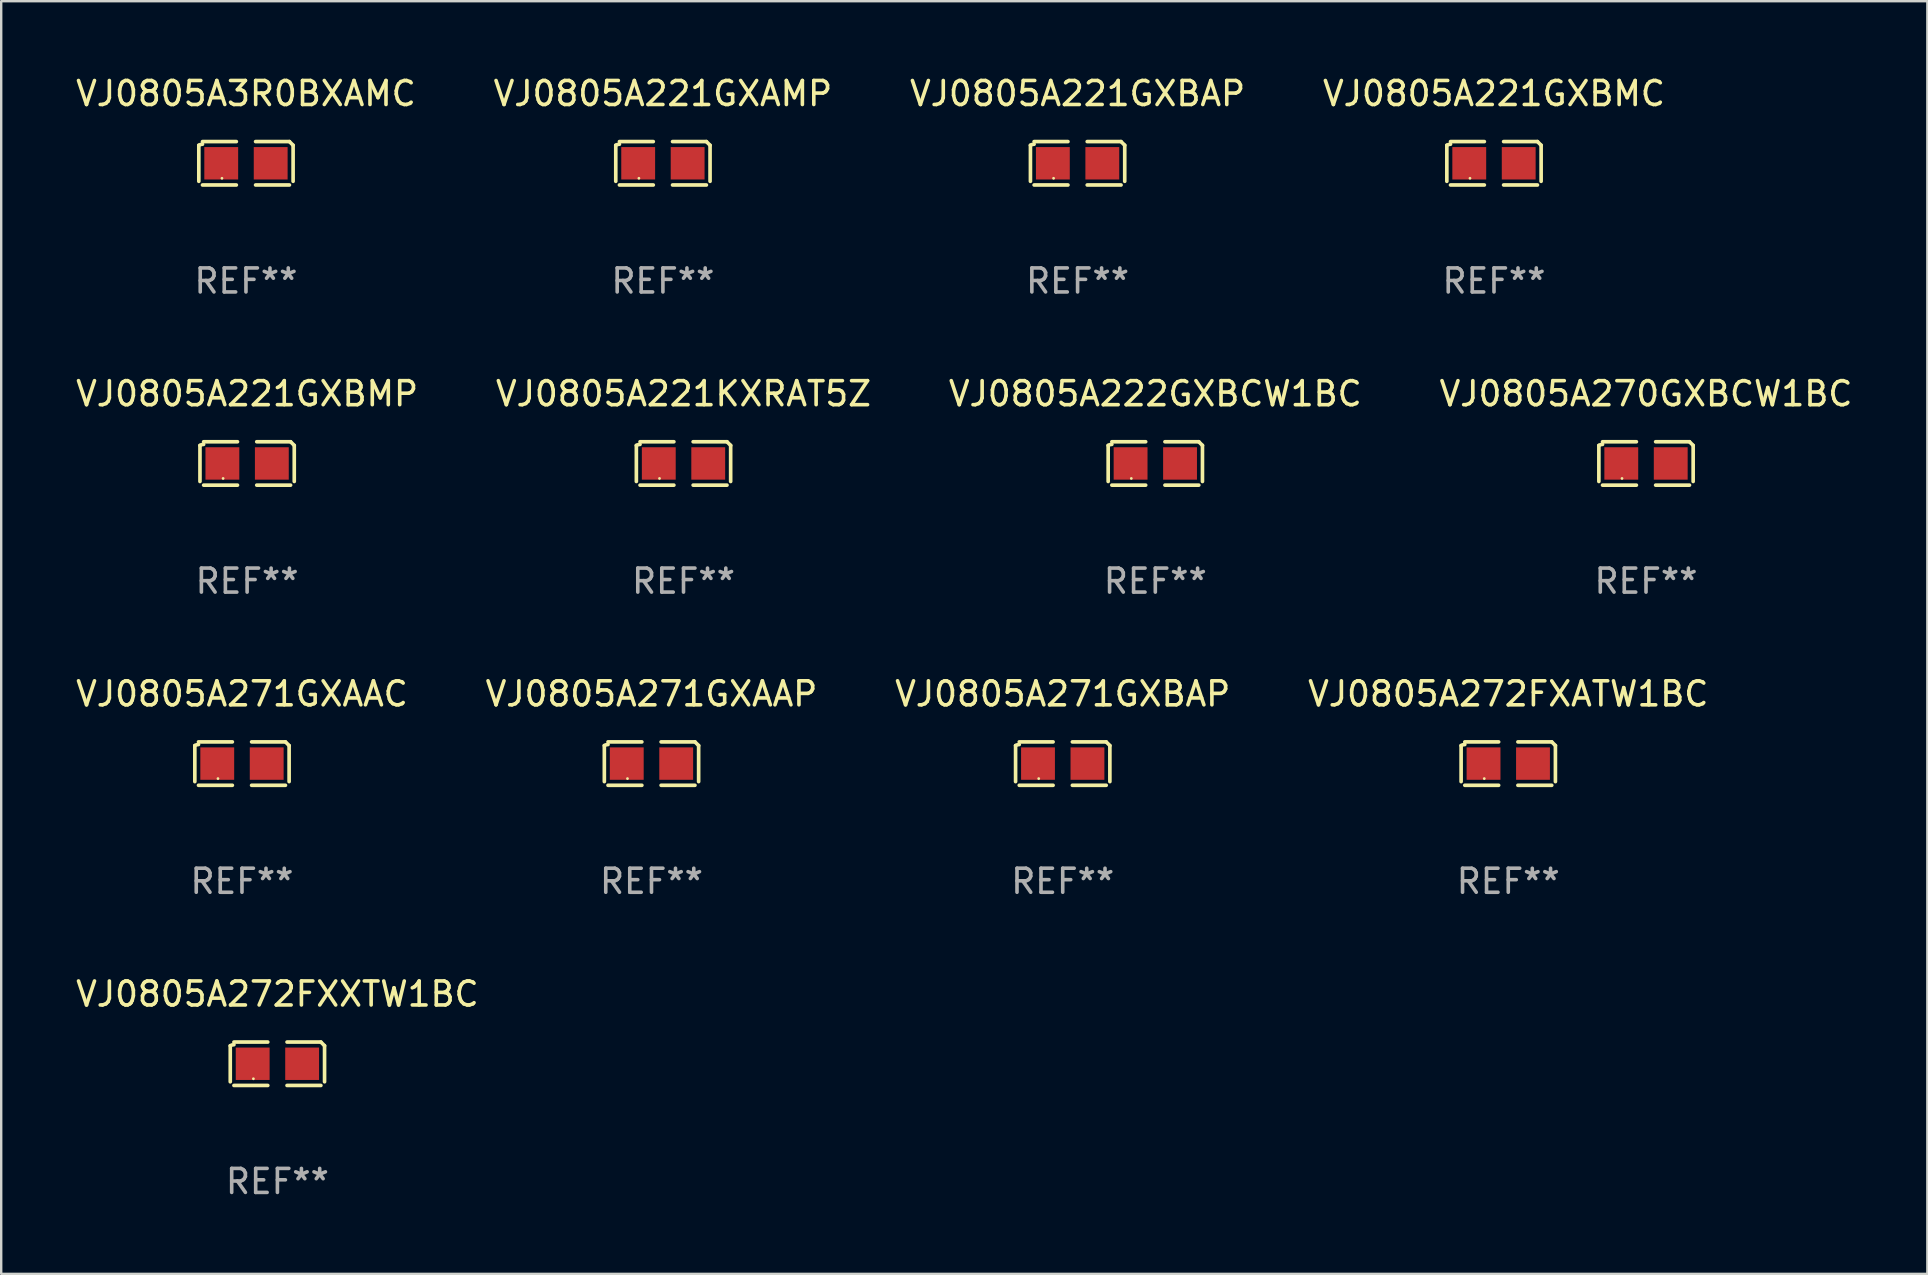
<source format=kicad_pcb>
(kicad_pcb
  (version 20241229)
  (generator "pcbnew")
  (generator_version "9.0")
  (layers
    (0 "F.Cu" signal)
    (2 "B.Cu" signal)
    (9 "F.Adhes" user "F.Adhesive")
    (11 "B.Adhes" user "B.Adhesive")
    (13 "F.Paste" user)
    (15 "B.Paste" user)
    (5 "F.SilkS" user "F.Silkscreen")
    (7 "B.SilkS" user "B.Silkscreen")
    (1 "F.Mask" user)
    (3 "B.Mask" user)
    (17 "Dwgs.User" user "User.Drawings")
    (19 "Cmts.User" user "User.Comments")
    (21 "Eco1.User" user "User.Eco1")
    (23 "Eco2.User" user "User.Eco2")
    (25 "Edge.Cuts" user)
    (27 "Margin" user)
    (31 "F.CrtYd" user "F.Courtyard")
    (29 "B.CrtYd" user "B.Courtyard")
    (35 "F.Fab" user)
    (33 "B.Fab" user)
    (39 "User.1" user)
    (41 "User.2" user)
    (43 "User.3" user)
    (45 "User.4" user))
  (footprint "VJ0805A221GXAMP"
    (layer "F.Cu")
    (at 24.565 3.752)
    (property "Reference" "VJ0805A221GXAMP" (at 0 -2.904 0) (layer "F.SilkS") (effects (font (size 1 1) (thickness 0.15))))
    (attr through_hole)
    (fp_line (start -1.964 0.751) (end -1.964 -0.751) (stroke (width 0.152) (type solid)) (layer "F.SilkS"))
    (fp_line (start -1.811 -0.904) (end -0.401 -0.904) (stroke (width 0.152) (type solid)) (layer "F.SilkS"))
    (fp_line (start -0.401 0.904) (end -1.811 0.904) (stroke (width 0.152) (type solid)) (layer "F.SilkS"))
    (fp_line (start 0.401 0.904) (end 1.811 0.904) (stroke (width 0.152) (type solid)) (layer "F.SilkS"))
    (fp_line (start 1.811 -0.904) (end 0.401 -0.904) (stroke (width 0.152) (type solid)) (layer "F.SilkS"))
    (fp_line (start 1.964 0.751) (end 1.964 -0.751) (stroke (width 0.152) (type solid)) (layer "F.SilkS"))
    (fp_arc (start -1.963602 -0.751207) (mid -1.890354 -0.783131) (end -1.811201 -0.794044) (stroke (width 0.1524) (type solid)) (layer "F.SilkS"))
    (fp_arc (start 1.811202 -0.903607) (mid 1.887413 -0.827418) (end 1.963602 -0.751207) (stroke (width 0.1524) (type solid)) (layer "F.SilkS"))
    (fp_circle (center -1 0.625) (end -0.97 0.625) (stroke (width 0.06) (type solid)) (fill no) (layer "F.SilkS"))
    (fp_text user "REF**" (at 0 4.904 0) (layer "F.Fab") (effects (font (size 1 1) (thickness 0.15))))
    (pad "1" smd rect (at -1.03 0) (size 1.41 1.35) (layers "F.Cu" "F.Mask" "F.Paste"))
    (pad "2" smd rect (at 1.03 0) (size 1.41 1.35) (layers "F.Cu" "F.Mask" "F.Paste")))
  (footprint "VJ0805A272FXATW1BC"
    (layer "F.Cu")
    (at 59.78 28.759)
    (property "Reference" "VJ0805A272FXATW1BC" (at 0 -2.904 0) (layer "F.SilkS") (effects (font (size 1 1) (thickness 0.15))))
    (attr through_hole)
    (fp_line (start -1.964 0.751) (end -1.964 -0.751) (stroke (width 0.152) (type solid)) (layer "F.SilkS"))
    (fp_line (start -1.811 -0.904) (end -0.401 -0.904) (stroke (width 0.152) (type solid)) (layer "F.SilkS"))
    (fp_line (start -0.401 0.904) (end -1.811 0.904) (stroke (width 0.152) (type solid)) (layer "F.SilkS"))
    (fp_line (start 0.401 0.904) (end 1.811 0.904) (stroke (width 0.152) (type solid)) (layer "F.SilkS"))
    (fp_line (start 1.811 -0.904) (end 0.401 -0.904) (stroke (width 0.152) (type solid)) (layer "F.SilkS"))
    (fp_line (start 1.964 0.751) (end 1.964 -0.751) (stroke (width 0.152) (type solid)) (layer "F.SilkS"))
    (fp_arc (start -1.963602 -0.751207) (mid -1.890354 -0.783131) (end -1.811201 -0.794044) (stroke (width 0.1524) (type solid)) (layer "F.SilkS"))
    (fp_arc (start 1.811202 -0.903607) (mid 1.887413 -0.827418) (end 1.963602 -0.751207) (stroke (width 0.1524) (type solid)) (layer "F.SilkS"))
    (fp_circle (center -1 0.625) (end -0.97 0.625) (stroke (width 0.06) (type solid)) (fill no) (layer "F.SilkS"))
    (fp_text user "REF**" (at 0 4.904 0) (layer "F.Fab") (effects (font (size 1 1) (thickness 0.15))))
    (pad "1" smd rect (at -1.03 0) (size 1.41 1.35) (layers "F.Cu" "F.Mask" "F.Paste"))
    (pad "2" smd rect (at 1.03 0) (size 1.41 1.35) (layers "F.Cu" "F.Mask" "F.Paste")))
  (footprint "VJ0805A222GXBCW1BC"
    (layer "F.Cu")
    (at 45.077 16.256)
    (property "Reference" "VJ0805A222GXBCW1BC" (at 0 -2.904 0) (layer "F.SilkS") (effects (font (size 1 1) (thickness 0.15))))
    (attr through_hole)
    (fp_line (start -1.964 0.751) (end -1.964 -0.751) (stroke (width 0.152) (type solid)) (layer "F.SilkS"))
    (fp_line (start -1.811 -0.904) (end -0.401 -0.904) (stroke (width 0.152) (type solid)) (layer "F.SilkS"))
    (fp_line (start -0.401 0.904) (end -1.811 0.904) (stroke (width 0.152) (type solid)) (layer "F.SilkS"))
    (fp_line (start 0.401 0.904) (end 1.811 0.904) (stroke (width 0.152) (type solid)) (layer "F.SilkS"))
    (fp_line (start 1.811 -0.904) (end 0.401 -0.904) (stroke (width 0.152) (type solid)) (layer "F.SilkS"))
    (fp_line (start 1.964 0.751) (end 1.964 -0.751) (stroke (width 0.152) (type solid)) (layer "F.SilkS"))
    (fp_arc (start -1.963602 -0.751207) (mid -1.890354 -0.783131) (end -1.811201 -0.794044) (stroke (width 0.1524) (type solid)) (layer "F.SilkS"))
    (fp_arc (start 1.811202 -0.903607) (mid 1.887413 -0.827418) (end 1.963602 -0.751207) (stroke (width 0.1524) (type solid)) (layer "F.SilkS"))
    (fp_circle (center -1 0.625) (end -0.97 0.625) (stroke (width 0.06) (type solid)) (fill no) (layer "F.SilkS"))
    (fp_text user "REF**" (at 0 4.904 0) (layer "F.Fab") (effects (font (size 1 1) (thickness 0.15))))
    (pad "1" smd rect (at -1.03 0) (size 1.41 1.35) (layers "F.Cu" "F.Mask" "F.Paste"))
    (pad "2" smd rect (at 1.03 0) (size 1.41 1.35) (layers "F.Cu" "F.Mask" "F.Paste")))
  (footprint "VJ0805A221GXBMP"
    (layer "F.Cu")
    (at 7.244 16.256)
    (property "Reference" "VJ0805A221GXBMP" (at 0 -2.904 0) (layer "F.SilkS") (effects (font (size 1 1) (thickness 0.15))))
    (attr through_hole)
    (fp_line (start -1.964 0.751) (end -1.964 -0.751) (stroke (width 0.152) (type solid)) (layer "F.SilkS"))
    (fp_line (start -1.811 -0.904) (end -0.401 -0.904) (stroke (width 0.152) (type solid)) (layer "F.SilkS"))
    (fp_line (start -0.401 0.904) (end -1.811 0.904) (stroke (width 0.152) (type solid)) (layer "F.SilkS"))
    (fp_line (start 0.401 0.904) (end 1.811 0.904) (stroke (width 0.152) (type solid)) (layer "F.SilkS"))
    (fp_line (start 1.811 -0.904) (end 0.401 -0.904) (stroke (width 0.152) (type solid)) (layer "F.SilkS"))
    (fp_line (start 1.964 0.751) (end 1.964 -0.751) (stroke (width 0.152) (type solid)) (layer "F.SilkS"))
    (fp_arc (start -1.963602 -0.751207) (mid -1.890354 -0.783131) (end -1.811201 -0.794044) (stroke (width 0.1524) (type solid)) (layer "F.SilkS"))
    (fp_arc (start 1.811202 -0.903607) (mid 1.887413 -0.827418) (end 1.963602 -0.751207) (stroke (width 0.1524) (type solid)) (layer "F.SilkS"))
    (fp_circle (center -1 0.625) (end -0.97 0.625) (stroke (width 0.06) (type solid)) (fill no) (layer "F.SilkS"))
    (fp_text user "REF**" (at 0 4.904 0) (layer "F.Fab") (effects (font (size 1 1) (thickness 0.15))))
    (pad "1" smd rect (at -1.03 0) (size 1.41 1.35) (layers "F.Cu" "F.Mask" "F.Paste"))
    (pad "2" smd rect (at 1.03 0) (size 1.41 1.35) (layers "F.Cu" "F.Mask" "F.Paste")))
  (footprint "VJ0805A3R0BXAMC"
    (layer "F.Cu")
    (at 7.196 3.752)
    (property "Reference" "VJ0805A3R0BXAMC" (at 0 -2.904 0) (layer "F.SilkS") (effects (font (size 1 1) (thickness 0.15))))
    (attr through_hole)
    (fp_line (start -1.964 0.751) (end -1.964 -0.751) (stroke (width 0.152) (type solid)) (layer "F.SilkS"))
    (fp_line (start -1.811 -0.904) (end -0.401 -0.904) (stroke (width 0.152) (type solid)) (layer "F.SilkS"))
    (fp_line (start -0.401 0.904) (end -1.811 0.904) (stroke (width 0.152) (type solid)) (layer "F.SilkS"))
    (fp_line (start 0.401 0.904) (end 1.811 0.904) (stroke (width 0.152) (type solid)) (layer "F.SilkS"))
    (fp_line (start 1.811 -0.904) (end 0.401 -0.904) (stroke (width 0.152) (type solid)) (layer "F.SilkS"))
    (fp_line (start 1.964 0.751) (end 1.964 -0.751) (stroke (width 0.152) (type solid)) (layer "F.SilkS"))
    (fp_arc (start -1.963602 -0.751207) (mid -1.890354 -0.783131) (end -1.811201 -0.794044) (stroke (width 0.1524) (type solid)) (layer "F.SilkS"))
    (fp_arc (start 1.811202 -0.903607) (mid 1.887413 -0.827418) (end 1.963602 -0.751207) (stroke (width 0.1524) (type solid)) (layer "F.SilkS"))
    (fp_circle (center -1 0.625) (end -0.97 0.625) (stroke (width 0.06) (type solid)) (fill no) (layer "F.SilkS"))
    (fp_text user "REF**" (at 0 4.904 0) (layer "F.Fab") (effects (font (size 1 1) (thickness 0.15))))
    (pad "1" smd rect (at -1.03 0) (size 1.41 1.35) (layers "F.Cu" "F.Mask" "F.Paste"))
    (pad "2" smd rect (at 1.03 0) (size 1.41 1.35) (layers "F.Cu" "F.Mask" "F.Paste")))
  (footprint "VJ0805A272FXXTW1BC"
    (layer "F.Cu")
    (at 8.506 41.263)
    (property "Reference" "VJ0805A272FXXTW1BC" (at 0 -2.904 0) (layer "F.SilkS") (effects (font (size 1 1) (thickness 0.15))))
    (attr through_hole)
    (fp_line (start -1.964 0.751) (end -1.964 -0.751) (stroke (width 0.152) (type solid)) (layer "F.SilkS"))
    (fp_line (start -1.811 -0.904) (end -0.401 -0.904) (stroke (width 0.152) (type solid)) (layer "F.SilkS"))
    (fp_line (start -0.401 0.904) (end -1.811 0.904) (stroke (width 0.152) (type solid)) (layer "F.SilkS"))
    (fp_line (start 0.401 0.904) (end 1.811 0.904) (stroke (width 0.152) (type solid)) (layer "F.SilkS"))
    (fp_line (start 1.811 -0.904) (end 0.401 -0.904) (stroke (width 0.152) (type solid)) (layer "F.SilkS"))
    (fp_line (start 1.964 0.751) (end 1.964 -0.751) (stroke (width 0.152) (type solid)) (layer "F.SilkS"))
    (fp_arc (start -1.963602 -0.751207) (mid -1.890354 -0.783131) (end -1.811201 -0.794044) (stroke (width 0.1524) (type solid)) (layer "F.SilkS"))
    (fp_arc (start 1.811202 -0.903607) (mid 1.887413 -0.827418) (end 1.963602 -0.751207) (stroke (width 0.1524) (type solid)) (layer "F.SilkS"))
    (fp_circle (center -1 0.625) (end -0.97 0.625) (stroke (width 0.06) (type solid)) (fill no) (layer "F.SilkS"))
    (fp_text user "REF**" (at 0 4.904 0) (layer "F.Fab") (effects (font (size 1 1) (thickness 0.15))))
    (pad "1" smd rect (at -1.03 0) (size 1.41 1.35) (layers "F.Cu" "F.Mask" "F.Paste"))
    (pad "2" smd rect (at 1.03 0) (size 1.41 1.35) (layers "F.Cu" "F.Mask" "F.Paste")))
  (footprint "VJ0805A271GXBAP"
    (layer "F.Cu")
    (at 41.22 28.759)
    (property "Reference" "VJ0805A271GXBAP" (at 0 -2.904 0) (layer "F.SilkS") (effects (font (size 1 1) (thickness 0.15))))
    (attr through_hole)
    (fp_line (start -1.964 0.751) (end -1.964 -0.751) (stroke (width 0.152) (type solid)) (layer "F.SilkS"))
    (fp_line (start -1.811 -0.904) (end -0.401 -0.904) (stroke (width 0.152) (type solid)) (layer "F.SilkS"))
    (fp_line (start -0.401 0.904) (end -1.811 0.904) (stroke (width 0.152) (type solid)) (layer "F.SilkS"))
    (fp_line (start 0.401 0.904) (end 1.811 0.904) (stroke (width 0.152) (type solid)) (layer "F.SilkS"))
    (fp_line (start 1.811 -0.904) (end 0.401 -0.904) (stroke (width 0.152) (type solid)) (layer "F.SilkS"))
    (fp_line (start 1.964 0.751) (end 1.964 -0.751) (stroke (width 0.152) (type solid)) (layer "F.SilkS"))
    (fp_arc (start -1.963602 -0.751207) (mid -1.890354 -0.783131) (end -1.811201 -0.794044) (stroke (width 0.1524) (type solid)) (layer "F.SilkS"))
    (fp_arc (start 1.811202 -0.903607) (mid 1.887413 -0.827418) (end 1.963602 -0.751207) (stroke (width 0.1524) (type solid)) (layer "F.SilkS"))
    (fp_circle (center -1 0.625) (end -0.97 0.625) (stroke (width 0.06) (type solid)) (fill no) (layer "F.SilkS"))
    (fp_text user "REF**" (at 0 4.904 0) (layer "F.Fab") (effects (font (size 1 1) (thickness 0.15))))
    (pad "1" smd rect (at -1.03 0) (size 1.41 1.35) (layers "F.Cu" "F.Mask" "F.Paste"))
    (pad "2" smd rect (at 1.03 0) (size 1.41 1.35) (layers "F.Cu" "F.Mask" "F.Paste")))
  (footprint "VJ0805A270GXBCW1BC"
    (layer "F.Cu")
    (at 65.518 16.256)
    (property "Reference" "VJ0805A270GXBCW1BC" (at 0 -2.904 0) (layer "F.SilkS") (effects (font (size 1 1) (thickness 0.15))))
    (attr through_hole)
    (fp_line (start -1.964 0.751) (end -1.964 -0.751) (stroke (width 0.152) (type solid)) (layer "F.SilkS"))
    (fp_line (start -1.811 -0.904) (end -0.401 -0.904) (stroke (width 0.152) (type solid)) (layer "F.SilkS"))
    (fp_line (start -0.401 0.904) (end -1.811 0.904) (stroke (width 0.152) (type solid)) (layer "F.SilkS"))
    (fp_line (start 0.401 0.904) (end 1.811 0.904) (stroke (width 0.152) (type solid)) (layer "F.SilkS"))
    (fp_line (start 1.811 -0.904) (end 0.401 -0.904) (stroke (width 0.152) (type solid)) (layer "F.SilkS"))
    (fp_line (start 1.964 0.751) (end 1.964 -0.751) (stroke (width 0.152) (type solid)) (layer "F.SilkS"))
    (fp_arc (start -1.963602 -0.751207) (mid -1.890354 -0.783131) (end -1.811201 -0.794044) (stroke (width 0.1524) (type solid)) (layer "F.SilkS"))
    (fp_arc (start 1.811202 -0.903607) (mid 1.887413 -0.827418) (end 1.963602 -0.751207) (stroke (width 0.1524) (type solid)) (layer "F.SilkS"))
    (fp_circle (center -1 0.625) (end -0.97 0.625) (stroke (width 0.06) (type solid)) (fill no) (layer "F.SilkS"))
    (fp_text user "REF**" (at 0 4.904 0) (layer "F.Fab") (effects (font (size 1 1) (thickness 0.15))))
    (pad "1" smd rect (at -1.03 0) (size 1.41 1.35) (layers "F.Cu" "F.Mask" "F.Paste"))
    (pad "2" smd rect (at 1.03 0) (size 1.41 1.35) (layers "F.Cu" "F.Mask" "F.Paste")))
  (footprint "VJ0805A221GXBMC"
    (layer "F.Cu")
    (at 59.185 3.752)
    (property "Reference" "VJ0805A221GXBMC" (at 0 -2.904 0) (layer "F.SilkS") (effects (font (size 1 1) (thickness 0.15))))
    (attr through_hole)
    (fp_line (start -1.964 0.751) (end -1.964 -0.751) (stroke (width 0.152) (type solid)) (layer "F.SilkS"))
    (fp_line (start -1.811 -0.904) (end -0.401 -0.904) (stroke (width 0.152) (type solid)) (layer "F.SilkS"))
    (fp_line (start -0.401 0.904) (end -1.811 0.904) (stroke (width 0.152) (type solid)) (layer "F.SilkS"))
    (fp_line (start 0.401 0.904) (end 1.811 0.904) (stroke (width 0.152) (type solid)) (layer "F.SilkS"))
    (fp_line (start 1.811 -0.904) (end 0.401 -0.904) (stroke (width 0.152) (type solid)) (layer "F.SilkS"))
    (fp_line (start 1.964 0.751) (end 1.964 -0.751) (stroke (width 0.152) (type solid)) (layer "F.SilkS"))
    (fp_arc (start -1.963602 -0.751207) (mid -1.890354 -0.783131) (end -1.811201 -0.794044) (stroke (width 0.1524) (type solid)) (layer "F.SilkS"))
    (fp_arc (start 1.811202 -0.903607) (mid 1.887413 -0.827418) (end 1.963602 -0.751207) (stroke (width 0.1524) (type solid)) (layer "F.SilkS"))
    (fp_circle (center -1 0.625) (end -0.97 0.625) (stroke (width 0.06) (type solid)) (fill no) (layer "F.SilkS"))
    (fp_text user "REF**" (at 0 4.904 0) (layer "F.Fab") (effects (font (size 1 1) (thickness 0.15))))
    (pad "1" smd rect (at -1.03 0) (size 1.41 1.35) (layers "F.Cu" "F.Mask" "F.Paste"))
    (pad "2" smd rect (at 1.03 0) (size 1.41 1.35) (layers "F.Cu" "F.Mask" "F.Paste")))
  (footprint "VJ0805A221GXBAP"
    (layer "F.Cu")
    (at 41.839 3.752)
    (property "Reference" "VJ0805A221GXBAP" (at 0 -2.904 0) (layer "F.SilkS") (effects (font (size 1 1) (thickness 0.15))))
    (attr through_hole)
    (fp_line (start -1.964 0.751) (end -1.964 -0.751) (stroke (width 0.152) (type solid)) (layer "F.SilkS"))
    (fp_line (start -1.811 -0.904) (end -0.401 -0.904) (stroke (width 0.152) (type solid)) (layer "F.SilkS"))
    (fp_line (start -0.401 0.904) (end -1.811 0.904) (stroke (width 0.152) (type solid)) (layer "F.SilkS"))
    (fp_line (start 0.401 0.904) (end 1.811 0.904) (stroke (width 0.152) (type solid)) (layer "F.SilkS"))
    (fp_line (start 1.811 -0.904) (end 0.401 -0.904) (stroke (width 0.152) (type solid)) (layer "F.SilkS"))
    (fp_line (start 1.964 0.751) (end 1.964 -0.751) (stroke (width 0.152) (type solid)) (layer "F.SilkS"))
    (fp_arc (start -1.963602 -0.751207) (mid -1.890354 -0.783131) (end -1.811201 -0.794044) (stroke (width 0.1524) (type solid)) (layer "F.SilkS"))
    (fp_arc (start 1.811202 -0.903607) (mid 1.887413 -0.827418) (end 1.963602 -0.751207) (stroke (width 0.1524) (type solid)) (layer "F.SilkS"))
    (fp_circle (center -1 0.625) (end -0.97 0.625) (stroke (width 0.06) (type solid)) (fill no) (layer "F.SilkS"))
    (fp_text user "REF**" (at 0 4.904 0) (layer "F.Fab") (effects (font (size 1 1) (thickness 0.15))))
    (pad "1" smd rect (at -1.03 0) (size 1.41 1.35) (layers "F.Cu" "F.Mask" "F.Paste"))
    (pad "2" smd rect (at 1.03 0) (size 1.41 1.35) (layers "F.Cu" "F.Mask" "F.Paste")))
  (footprint "VJ0805A221KXRAT5Z"
    (layer "F.Cu")
    (at 25.423 16.256)
    (property "Reference" "VJ0805A221KXRAT5Z" (at 0 -2.904 0) (layer "F.SilkS") (effects (font (size 1 1) (thickness 0.15))))
    (attr through_hole)
    (fp_line (start -1.964 0.751) (end -1.964 -0.751) (stroke (width 0.152) (type solid)) (layer "F.SilkS"))
    (fp_line (start -1.811 -0.904) (end -0.401 -0.904) (stroke (width 0.152) (type solid)) (layer "F.SilkS"))
    (fp_line (start -0.401 0.904) (end -1.811 0.904) (stroke (width 0.152) (type solid)) (layer "F.SilkS"))
    (fp_line (start 0.401 0.904) (end 1.811 0.904) (stroke (width 0.152) (type solid)) (layer "F.SilkS"))
    (fp_line (start 1.811 -0.904) (end 0.401 -0.904) (stroke (width 0.152) (type solid)) (layer "F.SilkS"))
    (fp_line (start 1.964 0.751) (end 1.964 -0.751) (stroke (width 0.152) (type solid)) (layer "F.SilkS"))
    (fp_arc (start -1.963602 -0.751207) (mid -1.890354 -0.783131) (end -1.811201 -0.794044) (stroke (width 0.1524) (type solid)) (layer "F.SilkS"))
    (fp_arc (start 1.811202 -0.903607) (mid 1.887413 -0.827418) (end 1.963602 -0.751207) (stroke (width 0.1524) (type solid)) (layer "F.SilkS"))
    (fp_circle (center -1 0.625) (end -0.97 0.625) (stroke (width 0.06) (type solid)) (fill no) (layer "F.SilkS"))
    (fp_text user "REF**" (at 0 4.904 0) (layer "F.Fab") (effects (font (size 1 1) (thickness 0.15))))
    (pad "1" smd rect (at -1.03 0) (size 1.41 1.35) (layers "F.Cu" "F.Mask" "F.Paste"))
    (pad "2" smd rect (at 1.03 0) (size 1.41 1.35) (layers "F.Cu" "F.Mask" "F.Paste")))
  (footprint "VJ0805A271GXAAC"
    (layer "F.Cu")
    (at 7.03 28.759)
    (property "Reference" "VJ0805A271GXAAC" (at 0 -2.904 0) (layer "F.SilkS") (effects (font (size 1 1) (thickness 0.15))))
    (attr through_hole)
    (fp_line (start -1.964 0.751) (end -1.964 -0.751) (stroke (width 0.152) (type solid)) (layer "F.SilkS"))
    (fp_line (start -1.811 -0.904) (end -0.401 -0.904) (stroke (width 0.152) (type solid)) (layer "F.SilkS"))
    (fp_line (start -0.401 0.904) (end -1.811 0.904) (stroke (width 0.152) (type solid)) (layer "F.SilkS"))
    (fp_line (start 0.401 0.904) (end 1.811 0.904) (stroke (width 0.152) (type solid)) (layer "F.SilkS"))
    (fp_line (start 1.811 -0.904) (end 0.401 -0.904) (stroke (width 0.152) (type solid)) (layer "F.SilkS"))
    (fp_line (start 1.964 0.751) (end 1.964 -0.751) (stroke (width 0.152) (type solid)) (layer "F.SilkS"))
    (fp_arc (start -1.963602 -0.751207) (mid -1.890354 -0.783131) (end -1.811201 -0.794044) (stroke (width 0.1524) (type solid)) (layer "F.SilkS"))
    (fp_arc (start 1.811202 -0.903607) (mid 1.887413 -0.827418) (end 1.963602 -0.751207) (stroke (width 0.1524) (type solid)) (layer "F.SilkS"))
    (fp_circle (center -1 0.625) (end -0.97 0.625) (stroke (width 0.06) (type solid)) (fill no) (layer "F.SilkS"))
    (fp_text user "REF**" (at 0 4.904 0) (layer "F.Fab") (effects (font (size 1 1) (thickness 0.15))))
    (pad "1" smd rect (at -1.03 0) (size 1.41 1.35) (layers "F.Cu" "F.Mask" "F.Paste"))
    (pad "2" smd rect (at 1.03 0) (size 1.41 1.35) (layers "F.Cu" "F.Mask" "F.Paste")))
  (footprint "VJ0805A271GXAAP"
    (layer "F.Cu")
    (at 24.089 28.759)
    (property "Reference" "VJ0805A271GXAAP" (at 0 -2.904 0) (layer "F.SilkS") (effects (font (size 1 1) (thickness 0.15))))
    (attr through_hole)
    (fp_line (start -1.964 0.751) (end -1.964 -0.751) (stroke (width 0.152) (type solid)) (layer "F.SilkS"))
    (fp_line (start -1.811 -0.904) (end -0.401 -0.904) (stroke (width 0.152) (type solid)) (layer "F.SilkS"))
    (fp_line (start -0.401 0.904) (end -1.811 0.904) (stroke (width 0.152) (type solid)) (layer "F.SilkS"))
    (fp_line (start 0.401 0.904) (end 1.811 0.904) (stroke (width 0.152) (type solid)) (layer "F.SilkS"))
    (fp_line (start 1.811 -0.904) (end 0.401 -0.904) (stroke (width 0.152) (type solid)) (layer "F.SilkS"))
    (fp_line (start 1.964 0.751) (end 1.964 -0.751) (stroke (width 0.152) (type solid)) (layer "F.SilkS"))
    (fp_arc (start -1.963602 -0.751207) (mid -1.890354 -0.783131) (end -1.811201 -0.794044) (stroke (width 0.1524) (type solid)) (layer "F.SilkS"))
    (fp_arc (start 1.811202 -0.903607) (mid 1.887413 -0.827418) (end 1.963602 -0.751207) (stroke (width 0.1524) (type solid)) (layer "F.SilkS"))
    (fp_circle (center -1 0.625) (end -0.97 0.625) (stroke (width 0.06) (type solid)) (fill no) (layer "F.SilkS"))
    (fp_text user "REF**" (at 0 4.904 0) (layer "F.Fab") (effects (font (size 1 1) (thickness 0.15))))
    (pad "1" smd rect (at -1.03 0) (size 1.41 1.35) (layers "F.Cu" "F.Mask" "F.Paste"))
    (pad "2" smd rect (at 1.03 0) (size 1.41 1.35) (layers "F.Cu" "F.Mask" "F.Paste")))
  (gr_rect
    (start -3 -3)
    (end 77.238 50.015)
    (stroke (width 0.1) (type default))
    (fill no)
    (layer "Edge.Cuts")))
</source>
